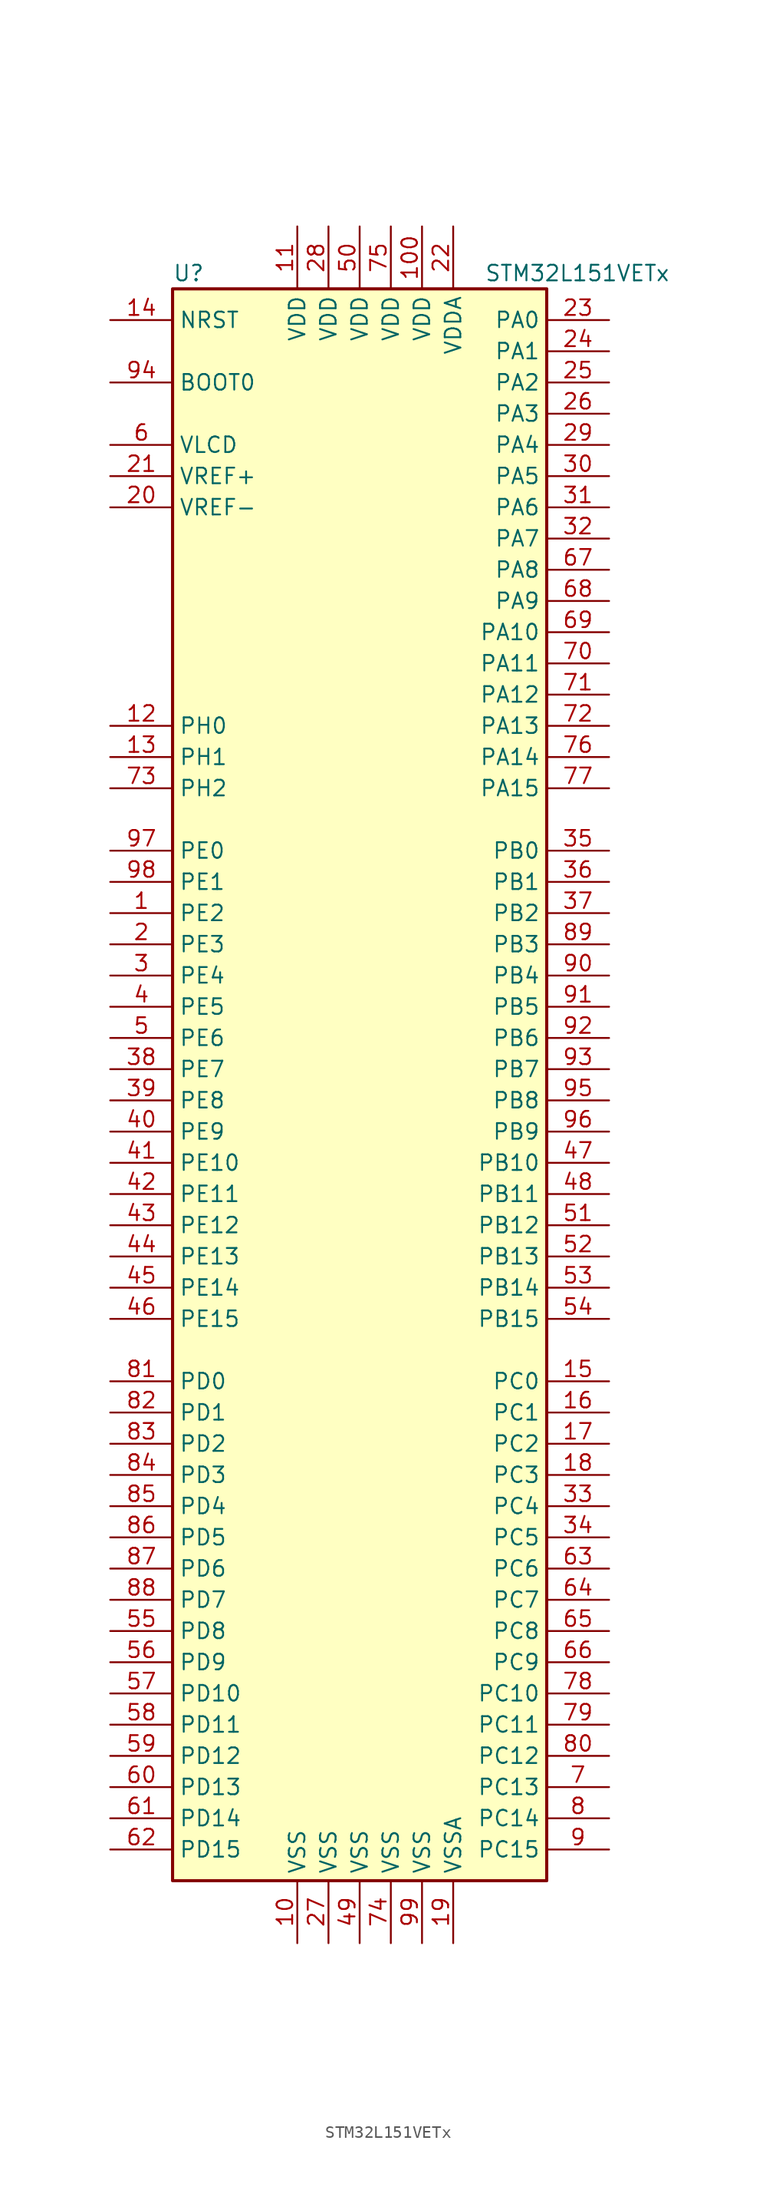
<source format=kicad_sym>
(kicad_symbol_lib
  (version 20201005)
  (generator kicad_symbol_editor)
  (symbol "STM32L151VETx"
    (property "Reference" "U"
      (at -15.24 64.77 0)
      (effects (font (size 1.27 1.27)) (justify left)))
    (property "Value" "STM32L151VETx"
      (at 10.16 64.77 0)
      (effects (font (size 1.27 1.27)) (justify left)))
    (symbol "STM32L151VETx_0_1"
      (rectangle (start -15.24 -66.04) (end 15.24 63.5) (stroke (width 0.254)) (fill (type background))))
    (symbol "STM32L151VETx_1_1"
      (pin bidirectional line (at -20.32 12.7 0) (length 5.08) (name "PE2" (effects (font (size 1.27 1.27)))) (number "1" (effects (font (size 1.27 1.27)))))
      (pin power_in line (at -5.08 -71.12 90) (length 5.08) (name "VSS" (effects (font (size 1.27 1.27)))) (number "10" (effects (font (size 1.27 1.27)))))
      (pin power_in line (at 5.08 68.58 270) (length 5.08) (name "VDD" (effects (font (size 1.27 1.27)))) (number "100" (effects (font (size 1.27 1.27)))))
      (pin power_in line (at -5.08 68.58 270) (length 5.08) (name "VDD" (effects (font (size 1.27 1.27)))) (number "11" (effects (font (size 1.27 1.27)))))
      (pin input line (at -20.32 27.94 0) (length 5.08) (name "PH0" (effects (font (size 1.27 1.27)))) (number "12" (effects (font (size 1.27 1.27)))))
      (pin input line (at -20.32 25.4 0) (length 5.08) (name "PH1" (effects (font (size 1.27 1.27)))) (number "13" (effects (font (size 1.27 1.27)))))
      (pin input line (at -20.32 60.96 0) (length 5.08) (name "NRST" (effects (font (size 1.27 1.27)))) (number "14" (effects (font (size 1.27 1.27)))))
      (pin bidirectional line (at 20.32 -25.4 180) (length 5.08) (name "PC0" (effects (font (size 1.27 1.27)))) (number "15" (effects (font (size 1.27 1.27)))))
      (pin bidirectional line (at 20.32 -27.94 180) (length 5.08) (name "PC1" (effects (font (size 1.27 1.27)))) (number "16" (effects (font (size 1.27 1.27)))))
      (pin bidirectional line (at 20.32 -30.48 180) (length 5.08) (name "PC2" (effects (font (size 1.27 1.27)))) (number "17" (effects (font (size 1.27 1.27)))))
      (pin bidirectional line (at 20.32 -33.02 180) (length 5.08) (name "PC3" (effects (font (size 1.27 1.27)))) (number "18" (effects (font (size 1.27 1.27)))))
      (pin power_in line (at 7.62 -71.12 90) (length 5.08) (name "VSSA" (effects (font (size 1.27 1.27)))) (number "19" (effects (font (size 1.27 1.27)))))
      (pin bidirectional line (at -20.32 10.16 0) (length 5.08) (name "PE3" (effects (font (size 1.27 1.27)))) (number "2" (effects (font (size 1.27 1.27)))))
      (pin power_in line (at -20.32 45.72 0) (length 5.08) (name "VREF-" (effects (font (size 1.27 1.27)))) (number "20" (effects (font (size 1.27 1.27)))))
      (pin power_in line (at -20.32 48.26 0) (length 5.08) (name "VREF+" (effects (font (size 1.27 1.27)))) (number "21" (effects (font (size 1.27 1.27)))))
      (pin power_in line (at 7.62 68.58 270) (length 5.08) (name "VDDA" (effects (font (size 1.27 1.27)))) (number "22" (effects (font (size 1.27 1.27)))))
      (pin bidirectional line (at 20.32 60.96 180) (length 5.08) (name "PA0" (effects (font (size 1.27 1.27)))) (number "23" (effects (font (size 1.27 1.27)))))
      (pin bidirectional line (at 20.32 58.42 180) (length 5.08) (name "PA1" (effects (font (size 1.27 1.27)))) (number "24" (effects (font (size 1.27 1.27)))))
      (pin bidirectional line (at 20.32 55.88 180) (length 5.08) (name "PA2" (effects (font (size 1.27 1.27)))) (number "25" (effects (font (size 1.27 1.27)))))
      (pin bidirectional line (at 20.32 53.34 180) (length 5.08) (name "PA3" (effects (font (size 1.27 1.27)))) (number "26" (effects (font (size 1.27 1.27)))))
      (pin power_in line (at -2.54 -71.12 90) (length 5.08) (name "VSS" (effects (font (size 1.27 1.27)))) (number "27" (effects (font (size 1.27 1.27)))))
      (pin power_in line (at -2.54 68.58 270) (length 5.08) (name "VDD" (effects (font (size 1.27 1.27)))) (number "28" (effects (font (size 1.27 1.27)))))
      (pin bidirectional line (at 20.32 50.8 180) (length 5.08) (name "PA4" (effects (font (size 1.27 1.27)))) (number "29" (effects (font (size 1.27 1.27)))))
      (pin bidirectional line (at -20.32 7.62 0) (length 5.08) (name "PE4" (effects (font (size 1.27 1.27)))) (number "3" (effects (font (size 1.27 1.27)))))
      (pin bidirectional line (at 20.32 48.26 180) (length 5.08) (name "PA5" (effects (font (size 1.27 1.27)))) (number "30" (effects (font (size 1.27 1.27)))))
      (pin bidirectional line (at 20.32 45.72 180) (length 5.08) (name "PA6" (effects (font (size 1.27 1.27)))) (number "31" (effects (font (size 1.27 1.27)))))
      (pin bidirectional line (at 20.32 43.18 180) (length 5.08) (name "PA7" (effects (font (size 1.27 1.27)))) (number "32" (effects (font (size 1.27 1.27)))))
      (pin bidirectional line (at 20.32 -35.56 180) (length 5.08) (name "PC4" (effects (font (size 1.27 1.27)))) (number "33" (effects (font (size 1.27 1.27)))))
      (pin bidirectional line (at 20.32 -38.1 180) (length 5.08) (name "PC5" (effects (font (size 1.27 1.27)))) (number "34" (effects (font (size 1.27 1.27)))))
      (pin bidirectional line (at 20.32 17.78 180) (length 5.08) (name "PB0" (effects (font (size 1.27 1.27)))) (number "35" (effects (font (size 1.27 1.27)))))
      (pin bidirectional line (at 20.32 15.24 180) (length 5.08) (name "PB1" (effects (font (size 1.27 1.27)))) (number "36" (effects (font (size 1.27 1.27)))))
      (pin bidirectional line (at 20.32 12.7 180) (length 5.08) (name "PB2" (effects (font (size 1.27 1.27)))) (number "37" (effects (font (size 1.27 1.27)))))
      (pin bidirectional line (at -20.32 0 0) (length 5.08) (name "PE7" (effects (font (size 1.27 1.27)))) (number "38" (effects (font (size 1.27 1.27)))))
      (pin bidirectional line (at -20.32 -2.54 0) (length 5.08) (name "PE8" (effects (font (size 1.27 1.27)))) (number "39" (effects (font (size 1.27 1.27)))))
      (pin bidirectional line (at -20.32 5.08 0) (length 5.08) (name "PE5" (effects (font (size 1.27 1.27)))) (number "4" (effects (font (size 1.27 1.27)))))
      (pin bidirectional line (at -20.32 -5.08 0) (length 5.08) (name "PE9" (effects (font (size 1.27 1.27)))) (number "40" (effects (font (size 1.27 1.27)))))
      (pin bidirectional line (at -20.32 -7.62 0) (length 5.08) (name "PE10" (effects (font (size 1.27 1.27)))) (number "41" (effects (font (size 1.27 1.27)))))
      (pin bidirectional line (at -20.32 -10.16 0) (length 5.08) (name "PE11" (effects (font (size 1.27 1.27)))) (number "42" (effects (font (size 1.27 1.27)))))
      (pin bidirectional line (at -20.32 -12.7 0) (length 5.08) (name "PE12" (effects (font (size 1.27 1.27)))) (number "43" (effects (font (size 1.27 1.27)))))
      (pin bidirectional line (at -20.32 -15.24 0) (length 5.08) (name "PE13" (effects (font (size 1.27 1.27)))) (number "44" (effects (font (size 1.27 1.27)))))
      (pin bidirectional line (at -20.32 -17.78 0) (length 5.08) (name "PE14" (effects (font (size 1.27 1.27)))) (number "45" (effects (font (size 1.27 1.27)))))
      (pin bidirectional line (at -20.32 -20.32 0) (length 5.08) (name "PE15" (effects (font (size 1.27 1.27)))) (number "46" (effects (font (size 1.27 1.27)))))
      (pin bidirectional line (at 20.32 -7.62 180) (length 5.08) (name "PB10" (effects (font (size 1.27 1.27)))) (number "47" (effects (font (size 1.27 1.27)))))
      (pin bidirectional line (at 20.32 -10.16 180) (length 5.08) (name "PB11" (effects (font (size 1.27 1.27)))) (number "48" (effects (font (size 1.27 1.27)))))
      (pin power_in line (at 0 -71.12 90) (length 5.08) (name "VSS" (effects (font (size 1.27 1.27)))) (number "49" (effects (font (size 1.27 1.27)))))
      (pin bidirectional line (at -20.32 2.54 0) (length 5.08) (name "PE6" (effects (font (size 1.27 1.27)))) (number "5" (effects (font (size 1.27 1.27)))))
      (pin power_in line (at 0 68.58 270) (length 5.08) (name "VDD" (effects (font (size 1.27 1.27)))) (number "50" (effects (font (size 1.27 1.27)))))
      (pin bidirectional line (at 20.32 -12.7 180) (length 5.08) (name "PB12" (effects (font (size 1.27 1.27)))) (number "51" (effects (font (size 1.27 1.27)))))
      (pin bidirectional line (at 20.32 -15.24 180) (length 5.08) (name "PB13" (effects (font (size 1.27 1.27)))) (number "52" (effects (font (size 1.27 1.27)))))
      (pin bidirectional line (at 20.32 -17.78 180) (length 5.08) (name "PB14" (effects (font (size 1.27 1.27)))) (number "53" (effects (font (size 1.27 1.27)))))
      (pin bidirectional line (at 20.32 -20.32 180) (length 5.08) (name "PB15" (effects (font (size 1.27 1.27)))) (number "54" (effects (font (size 1.27 1.27)))))
      (pin bidirectional line (at -20.32 -45.72 0) (length 5.08) (name "PD8" (effects (font (size 1.27 1.27)))) (number "55" (effects (font (size 1.27 1.27)))))
      (pin bidirectional line (at -20.32 -48.26 0) (length 5.08) (name "PD9" (effects (font (size 1.27 1.27)))) (number "56" (effects (font (size 1.27 1.27)))))
      (pin bidirectional line (at -20.32 -50.8 0) (length 5.08) (name "PD10" (effects (font (size 1.27 1.27)))) (number "57" (effects (font (size 1.27 1.27)))))
      (pin bidirectional line (at -20.32 -53.34 0) (length 5.08) (name "PD11" (effects (font (size 1.27 1.27)))) (number "58" (effects (font (size 1.27 1.27)))))
      (pin bidirectional line (at -20.32 -55.88 0) (length 5.08) (name "PD12" (effects (font (size 1.27 1.27)))) (number "59" (effects (font (size 1.27 1.27)))))
      (pin power_in line (at -20.32 50.8 0) (length 5.08) (name "VLCD" (effects (font (size 1.27 1.27)))) (number "6" (effects (font (size 1.27 1.27)))))
      (pin bidirectional line (at -20.32 -58.42 0) (length 5.08) (name "PD13" (effects (font (size 1.27 1.27)))) (number "60" (effects (font (size 1.27 1.27)))))
      (pin bidirectional line (at -20.32 -60.96 0) (length 5.08) (name "PD14" (effects (font (size 1.27 1.27)))) (number "61" (effects (font (size 1.27 1.27)))))
      (pin bidirectional line (at -20.32 -63.5 0) (length 5.08) (name "PD15" (effects (font (size 1.27 1.27)))) (number "62" (effects (font (size 1.27 1.27)))))
      (pin bidirectional line (at 20.32 -40.64 180) (length 5.08) (name "PC6" (effects (font (size 1.27 1.27)))) (number "63" (effects (font (size 1.27 1.27)))))
      (pin bidirectional line (at 20.32 -43.18 180) (length 5.08) (name "PC7" (effects (font (size 1.27 1.27)))) (number "64" (effects (font (size 1.27 1.27)))))
      (pin bidirectional line (at 20.32 -45.72 180) (length 5.08) (name "PC8" (effects (font (size 1.27 1.27)))) (number "65" (effects (font (size 1.27 1.27)))))
      (pin bidirectional line (at 20.32 -48.26 180) (length 5.08) (name "PC9" (effects (font (size 1.27 1.27)))) (number "66" (effects (font (size 1.27 1.27)))))
      (pin bidirectional line (at 20.32 40.64 180) (length 5.08) (name "PA8" (effects (font (size 1.27 1.27)))) (number "67" (effects (font (size 1.27 1.27)))))
      (pin bidirectional line (at 20.32 38.1 180) (length 5.08) (name "PA9" (effects (font (size 1.27 1.27)))) (number "68" (effects (font (size 1.27 1.27)))))
      (pin bidirectional line (at 20.32 35.56 180) (length 5.08) (name "PA10" (effects (font (size 1.27 1.27)))) (number "69" (effects (font (size 1.27 1.27)))))
      (pin bidirectional line (at 20.32 -58.42 180) (length 5.08) (name "PC13" (effects (font (size 1.27 1.27)))) (number "7" (effects (font (size 1.27 1.27)))))
      (pin bidirectional line (at 20.32 33.02 180) (length 5.08) (name "PA11" (effects (font (size 1.27 1.27)))) (number "70" (effects (font (size 1.27 1.27)))))
      (pin bidirectional line (at 20.32 30.48 180) (length 5.08) (name "PA12" (effects (font (size 1.27 1.27)))) (number "71" (effects (font (size 1.27 1.27)))))
      (pin bidirectional line (at 20.32 27.94 180) (length 5.08) (name "PA13" (effects (font (size 1.27 1.27)))) (number "72" (effects (font (size 1.27 1.27)))))
      (pin bidirectional line (at -20.32 22.86 0) (length 5.08) (name "PH2" (effects (font (size 1.27 1.27)))) (number "73" (effects (font (size 1.27 1.27)))))
      (pin power_in line (at 2.54 -71.12 90) (length 5.08) (name "VSS" (effects (font (size 1.27 1.27)))) (number "74" (effects (font (size 1.27 1.27)))))
      (pin power_in line (at 2.54 68.58 270) (length 5.08) (name "VDD" (effects (font (size 1.27 1.27)))) (number "75" (effects (font (size 1.27 1.27)))))
      (pin bidirectional line (at 20.32 25.4 180) (length 5.08) (name "PA14" (effects (font (size 1.27 1.27)))) (number "76" (effects (font (size 1.27 1.27)))))
      (pin bidirectional line (at 20.32 22.86 180) (length 5.08) (name "PA15" (effects (font (size 1.27 1.27)))) (number "77" (effects (font (size 1.27 1.27)))))
      (pin bidirectional line (at 20.32 -50.8 180) (length 5.08) (name "PC10" (effects (font (size 1.27 1.27)))) (number "78" (effects (font (size 1.27 1.27)))))
      (pin bidirectional line (at 20.32 -53.34 180) (length 5.08) (name "PC11" (effects (font (size 1.27 1.27)))) (number "79" (effects (font (size 1.27 1.27)))))
      (pin bidirectional line (at 20.32 -60.96 180) (length 5.08) (name "PC14" (effects (font (size 1.27 1.27)))) (number "8" (effects (font (size 1.27 1.27)))))
      (pin bidirectional line (at 20.32 -55.88 180) (length 5.08) (name "PC12" (effects (font (size 1.27 1.27)))) (number "80" (effects (font (size 1.27 1.27)))))
      (pin bidirectional line (at -20.32 -25.4 0) (length 5.08) (name "PD0" (effects (font (size 1.27 1.27)))) (number "81" (effects (font (size 1.27 1.27)))))
      (pin bidirectional line (at -20.32 -27.94 0) (length 5.08) (name "PD1" (effects (font (size 1.27 1.27)))) (number "82" (effects (font (size 1.27 1.27)))))
      (pin bidirectional line (at -20.32 -30.48 0) (length 5.08) (name "PD2" (effects (font (size 1.27 1.27)))) (number "83" (effects (font (size 1.27 1.27)))))
      (pin bidirectional line (at -20.32 -33.02 0) (length 5.08) (name "PD3" (effects (font (size 1.27 1.27)))) (number "84" (effects (font (size 1.27 1.27)))))
      (pin bidirectional line (at -20.32 -35.56 0) (length 5.08) (name "PD4" (effects (font (size 1.27 1.27)))) (number "85" (effects (font (size 1.27 1.27)))))
      (pin bidirectional line (at -20.32 -38.1 0) (length 5.08) (name "PD5" (effects (font (size 1.27 1.27)))) (number "86" (effects (font (size 1.27 1.27)))))
      (pin bidirectional line (at -20.32 -40.64 0) (length 5.08) (name "PD6" (effects (font (size 1.27 1.27)))) (number "87" (effects (font (size 1.27 1.27)))))
      (pin bidirectional line (at -20.32 -43.18 0) (length 5.08) (name "PD7" (effects (font (size 1.27 1.27)))) (number "88" (effects (font (size 1.27 1.27)))))
      (pin bidirectional line (at 20.32 10.16 180) (length 5.08) (name "PB3" (effects (font (size 1.27 1.27)))) (number "89" (effects (font (size 1.27 1.27)))))
      (pin bidirectional line (at 20.32 -63.5 180) (length 5.08) (name "PC15" (effects (font (size 1.27 1.27)))) (number "9" (effects (font (size 1.27 1.27)))))
      (pin bidirectional line (at 20.32 7.62 180) (length 5.08) (name "PB4" (effects (font (size 1.27 1.27)))) (number "90" (effects (font (size 1.27 1.27)))))
      (pin bidirectional line (at 20.32 5.08 180) (length 5.08) (name "PB5" (effects (font (size 1.27 1.27)))) (number "91" (effects (font (size 1.27 1.27)))))
      (pin bidirectional line (at 20.32 2.54 180) (length 5.08) (name "PB6" (effects (font (size 1.27 1.27)))) (number "92" (effects (font (size 1.27 1.27)))))
      (pin bidirectional line (at 20.32 0 180) (length 5.08) (name "PB7" (effects (font (size 1.27 1.27)))) (number "93" (effects (font (size 1.27 1.27)))))
      (pin input line (at -20.32 55.88 0) (length 5.08) (name "BOOT0" (effects (font (size 1.27 1.27)))) (number "94" (effects (font (size 1.27 1.27)))))
      (pin bidirectional line (at 20.32 -2.54 180) (length 5.08) (name "PB8" (effects (font (size 1.27 1.27)))) (number "95" (effects (font (size 1.27 1.27)))))
      (pin bidirectional line (at 20.32 -5.08 180) (length 5.08) (name "PB9" (effects (font (size 1.27 1.27)))) (number "96" (effects (font (size 1.27 1.27)))))
      (pin bidirectional line (at -20.32 17.78 0) (length 5.08) (name "PE0" (effects (font (size 1.27 1.27)))) (number "97" (effects (font (size 1.27 1.27)))))
      (pin bidirectional line (at -20.32 15.24 0) (length 5.08) (name "PE1" (effects (font (size 1.27 1.27)))) (number "98" (effects (font (size 1.27 1.27)))))
      (pin power_in line (at 5.08 -71.12 90) (length 5.08) (name "VSS" (effects (font (size 1.27 1.27)))) (number "99" (effects (font (size 1.27 1.27))))))))
</source>
